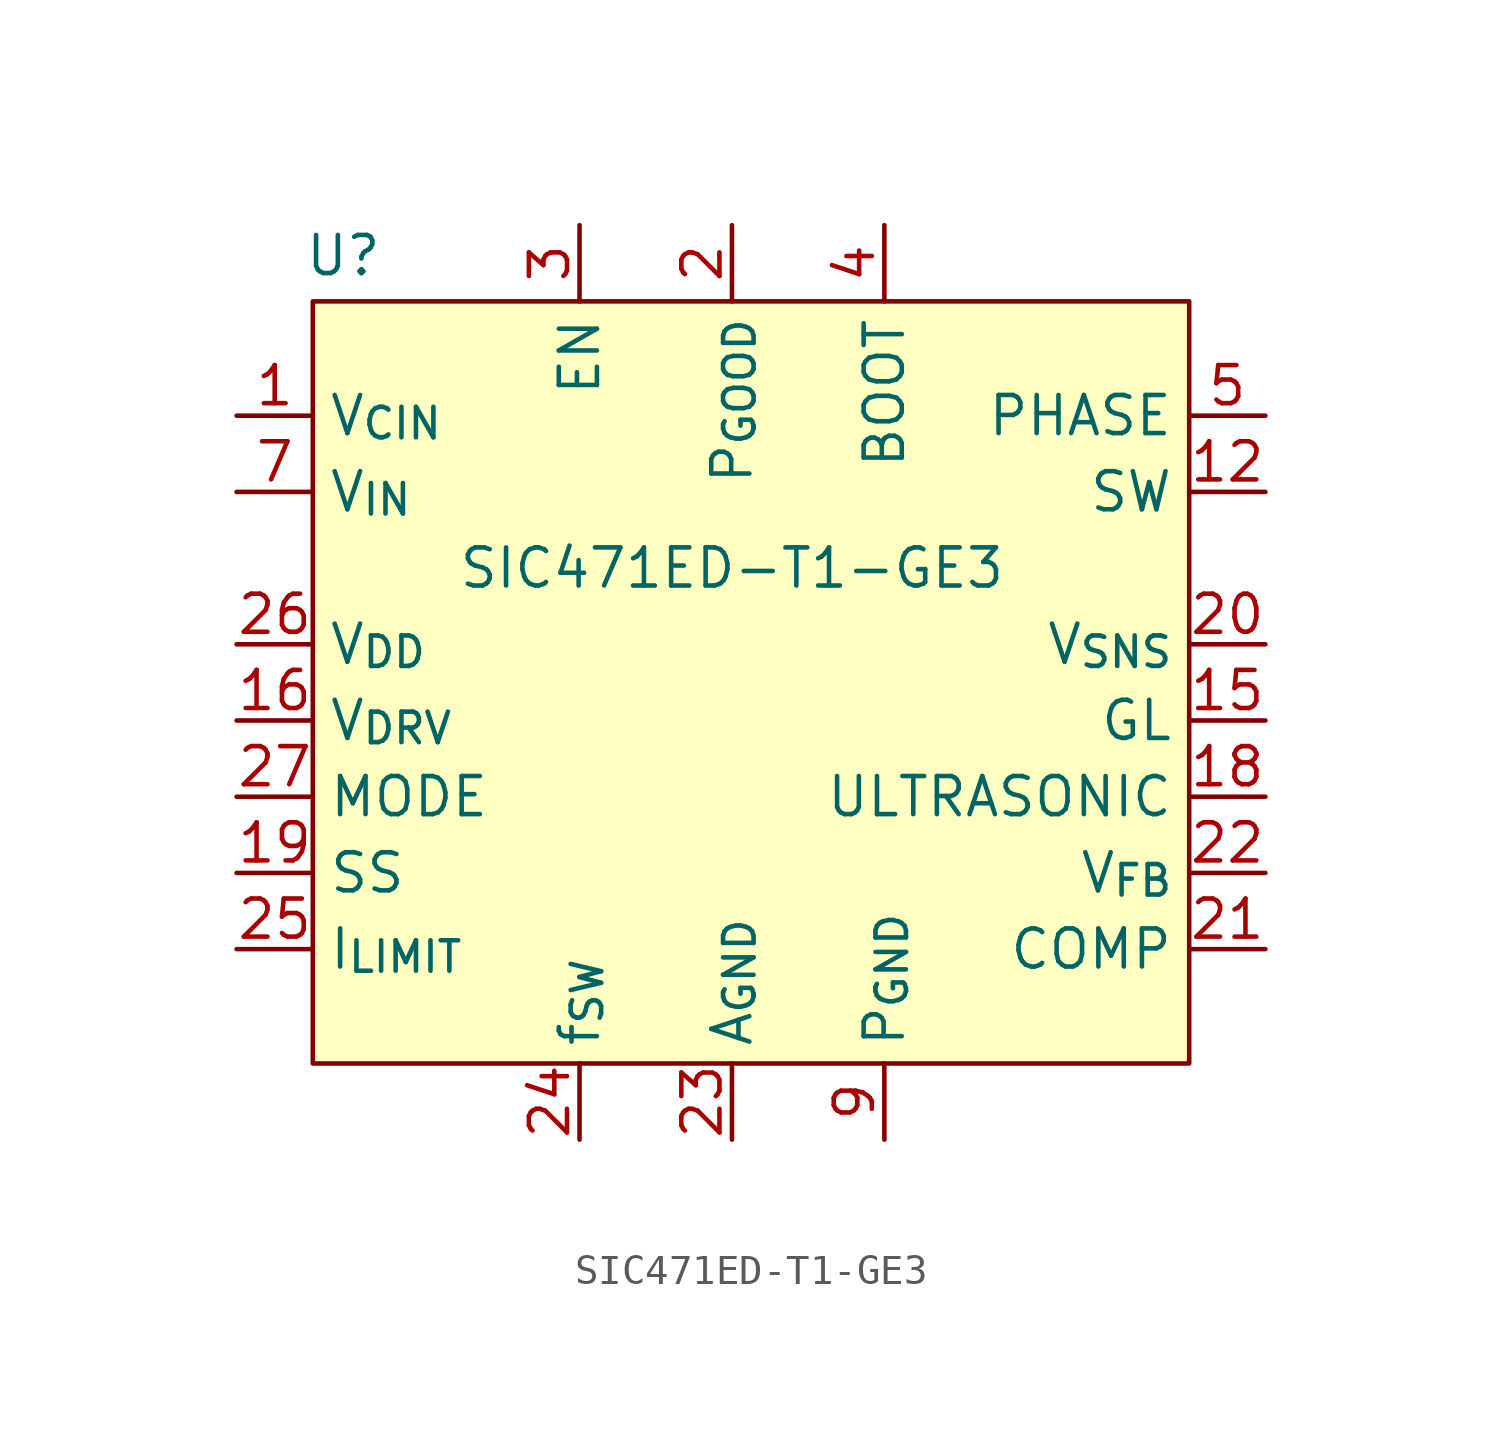
<source format=kicad_sym>
(kicad_symbol_lib
  (version 20241209)
  (generator "kicad_symbol_editor")
  (generator_version "9.0")
  (symbol "SIC471ED-T1-GE3"
    (property "Reference" "U"
      (at 1.016 1.524 0)
      (effects (font (size 1.27 1.27))))
    (property "Value" "SIC471ED-T1-GE3"
      (at 13.97 -8.89 0)
      (effects (font (size 1.27 1.27))))
    (symbol "SIC471ED-T1-GE3_0_1"
      (rectangle (start 0 0) (end 29.21 -25.4) (stroke (width 0) (type default)) (fill (type background))))
    (symbol "SIC471ED-T1-GE3_1_0"
      (pin unspecified line (at -2.54 -3.81 0) (length 2.54) (name "V_{CIN}" (effects (font (size 1.27 1.27)))) (number "1" (effects (font (size 1.27 1.27)))))
      (pin unspecified line (at -2.54 -6.35 0) (length 2.54) (hide yes) (name "V_{IN}" (effects (font (size 1.27 1.27)))) (number "29" (effects (font (size 1.27 1.27)))))
      (pin unspecified line (at -2.54 -6.35 0) (length 2.54) (name "V_{IN}" (effects (font (size 1.27 1.27)))) (number "7" (effects (font (size 1.27 1.27)))))
      (pin unspecified line (at -2.54 -6.35 0) (length 2.54) (hide yes) (name "V_{IN}" (effects (font (size 1.27 1.27)))) (number "8" (effects (font (size 1.27 1.27)))))
      (pin unspecified line (at -2.54 -11.43 0) (length 2.54) (name "V_{DD}" (effects (font (size 1.27 1.27)))) (number "26" (effects (font (size 1.27 1.27)))))
      (pin unspecified line (at -2.54 -13.97 0) (length 2.54) (name "V_{DRV}" (effects (font (size 1.27 1.27)))) (number "16" (effects (font (size 1.27 1.27)))))
      (pin unspecified line (at -2.54 -16.51 0) (length 2.54) (name "MODE" (effects (font (size 1.27 1.27)))) (number "27" (effects (font (size 1.27 1.27)))))
      (pin unspecified line (at -2.54 -19.05 0) (length 2.54) (name "SS" (effects (font (size 1.27 1.27)))) (number "19" (effects (font (size 1.27 1.27)))))
      (pin unspecified line (at -2.54 -21.59 0) (length 2.54) (name "I_{LIMIT}" (effects (font (size 1.27 1.27)))) (number "25" (effects (font (size 1.27 1.27)))))
      (pin unspecified line (at 8.89 2.54 270) (length 2.54) (name "EN" (effects (font (size 1.27 1.27)))) (number "3" (effects (font (size 1.27 1.27)))))
      (pin unspecified line (at 8.89 -27.94 90) (length 2.54) (name "f_{SW}" (effects (font (size 1.27 1.27)))) (number "24" (effects (font (size 1.27 1.27)))))
      (pin unspecified line (at 13.97 2.54 270) (length 2.54) (name "P_{GOOD}" (effects (font (size 1.27 1.27)))) (number "2" (effects (font (size 1.27 1.27)))))
      (pin unspecified line (at 13.97 -27.94 90) (length 2.54) (name "A_{GND}" (effects (font (size 1.27 1.27)))) (number "23" (effects (font (size 1.27 1.27)))))
      (pin unspecified line (at 13.97 -27.94 90) (length 2.54) (hide yes) (name "A_{GND}" (effects (font (size 1.27 1.27)))) (number "28" (effects (font (size 1.27 1.27)))))
      (pin unspecified line (at 19.05 2.54 270) (length 2.54) (name "BOOT" (effects (font (size 1.27 1.27)))) (number "4" (effects (font (size 1.27 1.27)))))
      (pin unspecified line (at 19.05 -27.94 90) (length 2.54) (hide yes) (name "P_{GND}" (effects (font (size 1.27 1.27)))) (number "10" (effects (font (size 1.27 1.27)))))
      (pin unspecified line (at 19.05 -27.94 90) (length 2.54) (hide yes) (name "P_{GND}" (effects (font (size 1.27 1.27)))) (number "11" (effects (font (size 1.27 1.27)))))
      (pin unspecified line (at 19.05 -27.94 90) (length 2.54) (hide yes) (name "P_{GND}" (effects (font (size 1.27 1.27)))) (number "17" (effects (font (size 1.27 1.27)))))
      (pin unspecified line (at 19.05 -27.94 90) (length 2.54) (hide yes) (name "P_{GND}" (effects (font (size 1.27 1.27)))) (number "30" (effects (font (size 1.27 1.27)))))
      (pin unspecified line (at 19.05 -27.94 90) (length 2.54) (name "P_{GND}" (effects (font (size 1.27 1.27)))) (number "9" (effects (font (size 1.27 1.27)))))
      (pin unspecified line (at 31.75 -3.81 180) (length 2.54) (name "PHASE" (effects (font (size 1.27 1.27)))) (number "5" (effects (font (size 1.27 1.27)))))
      (pin unspecified line (at 31.75 -3.81 180) (length 2.54) (hide yes) (name "PHASE" (effects (font (size 1.27 1.27)))) (number "6" (effects (font (size 1.27 1.27)))))
      (pin unspecified line (at 31.75 -6.35 180) (length 2.54) (name "SW" (effects (font (size 1.27 1.27)))) (number "12" (effects (font (size 1.27 1.27)))))
      (pin unspecified line (at 31.75 -6.35 180) (length 2.54) (hide yes) (name "SW" (effects (font (size 1.27 1.27)))) (number "13" (effects (font (size 1.27 1.27)))))
      (pin unspecified line (at 31.75 -6.35 180) (length 2.54) (hide yes) (name "SW" (effects (font (size 1.27 1.27)))) (number "14" (effects (font (size 1.27 1.27)))))
      (pin unspecified line (at 31.75 -11.43 180) (length 2.54) (name "V_{SNS}" (effects (font (size 1.27 1.27)))) (number "20" (effects (font (size 1.27 1.27)))))
      (pin unspecified line (at 31.75 -13.97 180) (length 2.54) (name "GL" (effects (font (size 1.27 1.27)))) (number "15" (effects (font (size 1.27 1.27)))))
      (pin unspecified line (at 31.75 -16.51 180) (length 2.54) (name "ULTRASONIC" (effects (font (size 1.27 1.27)))) (number "18" (effects (font (size 1.27 1.27)))))
      (pin unspecified line (at 31.75 -19.05 180) (length 2.54) (name "V_{FB}" (effects (font (size 1.27 1.27)))) (number "22" (effects (font (size 1.27 1.27)))))
      (pin unspecified line (at 31.75 -21.59 180) (length 2.54) (name "COMP" (effects (font (size 1.27 1.27)))) (number "21" (effects (font (size 1.27 1.27))))))))
</source>
